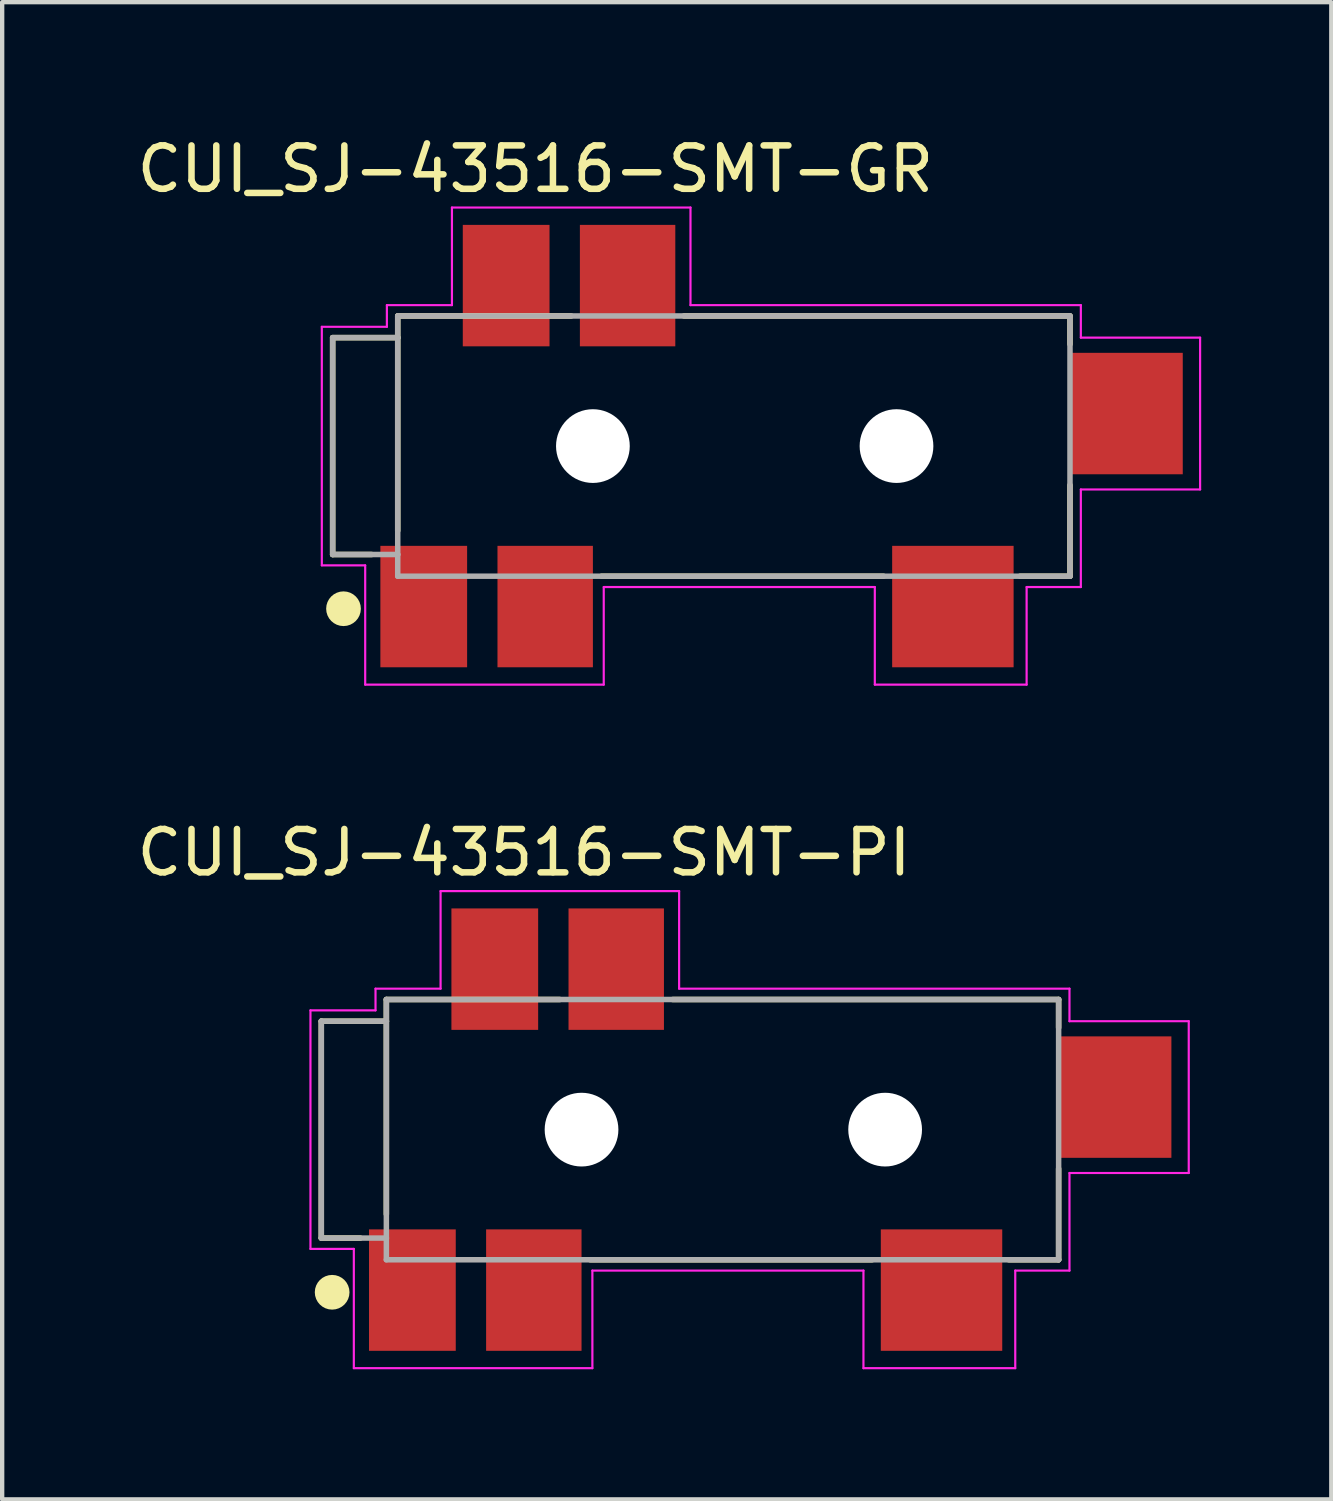
<source format=kicad_pcb>
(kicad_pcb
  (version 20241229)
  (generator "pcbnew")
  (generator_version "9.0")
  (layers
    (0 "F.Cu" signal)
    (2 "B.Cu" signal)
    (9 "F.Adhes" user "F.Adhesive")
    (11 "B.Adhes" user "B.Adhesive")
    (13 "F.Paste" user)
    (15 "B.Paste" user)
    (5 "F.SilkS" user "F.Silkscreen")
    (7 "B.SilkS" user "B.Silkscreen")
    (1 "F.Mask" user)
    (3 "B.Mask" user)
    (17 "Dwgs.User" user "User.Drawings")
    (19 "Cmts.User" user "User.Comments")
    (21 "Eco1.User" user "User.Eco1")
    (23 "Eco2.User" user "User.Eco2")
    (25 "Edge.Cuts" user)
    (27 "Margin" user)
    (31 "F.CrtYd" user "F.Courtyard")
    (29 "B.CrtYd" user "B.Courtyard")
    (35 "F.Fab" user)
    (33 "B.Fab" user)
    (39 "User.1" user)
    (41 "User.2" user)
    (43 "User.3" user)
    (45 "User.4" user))
  (footprint "CUI_SJ-43516-SMT-GR"
    (layer "F.Cu")
    (at 13.87 7.235)
    (property "Reference" "CUI_SJ-43516-SMT-GR" (at -4.576 -6.387 0) (layer "F.SilkS") (effects (font (size 1 1) (thickness 0.15))))
    (attr through_hole)
    (fp_line (start -9.25 -2.5) (end -9.25 2.5) (stroke (width 0.127) (type solid)) (layer "F.SilkS"))
    (fp_line (start -9.25 2.5) (end -8.35 2.5) (stroke (width 0.127) (type solid)) (layer "F.SilkS"))
    (fp_line (start -7.75 -3) (end -7.75 -2.5) (stroke (width 0.127) (type solid)) (layer "F.SilkS"))
    (fp_line (start -7.75 -2.5) (end -9.25 -2.5) (stroke (width 0.127) (type solid)) (layer "F.SilkS"))
    (fp_line (start -7.75 -2.5) (end -7.75 1.95) (stroke (width 0.127) (type solid)) (layer "F.SilkS"))
    (fp_line (start -3.75 -3) (end -7.75 -3) (stroke (width 0.127) (type solid)) (layer "F.SilkS"))
    (fp_line (start -3.05 3) (end 3.45 3) (stroke (width 0.127) (type solid)) (layer "F.SilkS"))
    (fp_line (start 6.6 3) (end 7.75 3) (stroke (width 0.127) (type solid)) (layer "F.SilkS"))
    (fp_line (start 7.75 -3) (end -1.15 -3) (stroke (width 0.127) (type solid)) (layer "F.SilkS"))
    (fp_line (start 7.75 -3) (end 7.75 -2.35) (stroke (width 0.127) (type solid)) (layer "F.SilkS"))
    (fp_line (start 7.75 0.9) (end 7.75 3) (stroke (width 0.127) (type solid)) (layer "F.SilkS"))
    (fp_circle (center -9 3.75) (end -8.8 3.75) (stroke (width 0.4) (type solid)) (fill no) (layer "F.SilkS"))
    (fp_line (start -9.5 -2.75) (end -8 -2.75) (stroke (width 0.05) (type solid)) (layer "F.CrtYd"))
    (fp_line (start -9.5 2.75) (end -9.5 -2.75) (stroke (width 0.05) (type solid)) (layer "F.CrtYd"))
    (fp_line (start -8.5 2.75) (end -9.5 2.75) (stroke (width 0.05) (type solid)) (layer "F.CrtYd"))
    (fp_line (start -8.5 5.5) (end -8.5 2.75) (stroke (width 0.05) (type solid)) (layer "F.CrtYd"))
    (fp_line (start -8 -3.25) (end -6.5 -3.25) (stroke (width 0.05) (type solid)) (layer "F.CrtYd"))
    (fp_line (start -8 -2.75) (end -8 -3.25) (stroke (width 0.05) (type solid)) (layer "F.CrtYd"))
    (fp_line (start -6.5 -5.5) (end -1 -5.5) (stroke (width 0.05) (type solid)) (layer "F.CrtYd"))
    (fp_line (start -6.5 -3.25) (end -6.5 -5.5) (stroke (width 0.05) (type solid)) (layer "F.CrtYd"))
    (fp_line (start -3 3.25) (end -3 5.5) (stroke (width 0.05) (type solid)) (layer "F.CrtYd"))
    (fp_line (start -3 5.5) (end -8.5 5.5) (stroke (width 0.05) (type solid)) (layer "F.CrtYd"))
    (fp_line (start -1 -5.5) (end -1 -3.25) (stroke (width 0.05) (type solid)) (layer "F.CrtYd"))
    (fp_line (start -1 -3.25) (end 8 -3.25) (stroke (width 0.05) (type solid)) (layer "F.CrtYd"))
    (fp_line (start 3.25 3.25) (end -3 3.25) (stroke (width 0.05) (type solid)) (layer "F.CrtYd"))
    (fp_line (start 3.25 5.5) (end 3.25 3.25) (stroke (width 0.05) (type solid)) (layer "F.CrtYd"))
    (fp_line (start 6.75 3.25) (end 6.75 5.5) (stroke (width 0.05) (type solid)) (layer "F.CrtYd"))
    (fp_line (start 6.75 5.5) (end 3.25 5.5) (stroke (width 0.05) (type solid)) (layer "F.CrtYd"))
    (fp_line (start 8 -3.25) (end 8 -2.5) (stroke (width 0.05) (type solid)) (layer "F.CrtYd"))
    (fp_line (start 8 -2.5) (end 10.75 -2.5) (stroke (width 0.05) (type solid)) (layer "F.CrtYd"))
    (fp_line (start 8 1) (end 8 3.25) (stroke (width 0.05) (type solid)) (layer "F.CrtYd"))
    (fp_line (start 8 3.25) (end 6.75 3.25) (stroke (width 0.05) (type solid)) (layer "F.CrtYd"))
    (fp_line (start 10.75 -2.5) (end 10.75 1) (stroke (width 0.05) (type solid)) (layer "F.CrtYd"))
    (fp_line (start 10.75 1) (end 8 1) (stroke (width 0.05) (type solid)) (layer "F.CrtYd"))
    (fp_line (start -9.25 -2.5) (end -9.25 2.5) (stroke (width 0.127) (type solid)) (layer "F.Fab"))
    (fp_line (start -9.25 2.5) (end -7.75 2.5) (stroke (width 0.127) (type solid)) (layer "F.Fab"))
    (fp_line (start -7.75 -3) (end -7.75 -2.5) (stroke (width 0.127) (type solid)) (layer "F.Fab"))
    (fp_line (start -7.75 -2.5) (end -9.25 -2.5) (stroke (width 0.127) (type solid)) (layer "F.Fab"))
    (fp_line (start -7.75 -2.5) (end -7.75 2.5) (stroke (width 0.127) (type solid)) (layer "F.Fab"))
    (fp_line (start -7.75 2.5) (end -7.75 3) (stroke (width 0.127) (type solid)) (layer "F.Fab"))
    (fp_line (start -7.75 3) (end 7.75 3) (stroke (width 0.127) (type solid)) (layer "F.Fab"))
    (fp_line (start 7.75 -3) (end -7.75 -3) (stroke (width 0.127) (type solid)) (layer "F.Fab"))
    (fp_line (start 7.75 3) (end 7.75 -3) (stroke (width 0.127) (type solid)) (layer "F.Fab"))
    (pad "" np_thru_hole circle (at -3.25 0) (size 1.7 1.7) (drill 1.7) (layers "*.Cu" "*.Mask"))
    (pad "" np_thru_hole circle (at 3.75 0) (size 1.7 1.7) (drill 1.7) (layers "*.Cu" "*.Mask"))
    (pad "1" smd rect (at -7.15 3.7) (size 2 2.8) (layers "F.Cu" "F.Mask" "F.Paste"))
    (pad "2" smd rect (at 5.05 3.7) (size 2.8 2.8) (layers "F.Cu" "F.Mask" "F.Paste"))
    (pad "3" smd rect (at -2.45 -3.7) (size 2.2 2.8) (layers "F.Cu" "F.Mask" "F.Paste"))
    (pad "4" smd rect (at -4.35 3.7) (size 2.2 2.8) (layers "F.Cu" "F.Mask" "F.Paste"))
    (pad "5" smd rect (at 9.05 -0.75) (size 2.6 2.8) (layers "F.Cu" "F.Mask" "F.Paste"))
    (pad "6" smd rect (at -5.25 -3.7) (size 2 2.8) (layers "F.Cu" "F.Mask" "F.Paste")))
  (footprint "CUI_SJ-43516-SMT-PI"
    (layer "F.Cu")
    (at 13.608 22.995)
    (property "Reference" "CUI_SJ-43516-SMT-PI" (at -4.576 -6.387 0) (layer "F.SilkS") (effects (font (size 1 1) (thickness 0.15))))
    (attr through_hole)
    (fp_line (start -9.25 -2.5) (end -9.25 2.5) (stroke (width 0.127) (type solid)) (layer "F.SilkS"))
    (fp_line (start -9.25 2.5) (end -8.35 2.5) (stroke (width 0.127) (type solid)) (layer "F.SilkS"))
    (fp_line (start -7.75 -3) (end -7.75 -2.5) (stroke (width 0.127) (type solid)) (layer "F.SilkS"))
    (fp_line (start -7.75 -2.5) (end -9.25 -2.5) (stroke (width 0.127) (type solid)) (layer "F.SilkS"))
    (fp_line (start -7.75 -2.5) (end -7.75 1.95) (stroke (width 0.127) (type solid)) (layer "F.SilkS"))
    (fp_line (start -3.75 -3) (end -7.75 -3) (stroke (width 0.127) (type solid)) (layer "F.SilkS"))
    (fp_line (start -3.05 3) (end 3.45 3) (stroke (width 0.127) (type solid)) (layer "F.SilkS"))
    (fp_line (start 6.6 3) (end 7.75 3) (stroke (width 0.127) (type solid)) (layer "F.SilkS"))
    (fp_line (start 7.75 -3) (end -1.15 -3) (stroke (width 0.127) (type solid)) (layer "F.SilkS"))
    (fp_line (start 7.75 -3) (end 7.75 -2.35) (stroke (width 0.127) (type solid)) (layer "F.SilkS"))
    (fp_line (start 7.75 0.9) (end 7.75 3) (stroke (width 0.127) (type solid)) (layer "F.SilkS"))
    (fp_circle (center -9 3.75) (end -8.8 3.75) (stroke (width 0.4) (type solid)) (fill no) (layer "F.SilkS"))
    (fp_line (start -9.5 -2.75) (end -8 -2.75) (stroke (width 0.05) (type solid)) (layer "F.CrtYd"))
    (fp_line (start -9.5 2.75) (end -9.5 -2.75) (stroke (width 0.05) (type solid)) (layer "F.CrtYd"))
    (fp_line (start -8.5 2.75) (end -9.5 2.75) (stroke (width 0.05) (type solid)) (layer "F.CrtYd"))
    (fp_line (start -8.5 5.5) (end -8.5 2.75) (stroke (width 0.05) (type solid)) (layer "F.CrtYd"))
    (fp_line (start -8 -3.25) (end -6.5 -3.25) (stroke (width 0.05) (type solid)) (layer "F.CrtYd"))
    (fp_line (start -8 -2.75) (end -8 -3.25) (stroke (width 0.05) (type solid)) (layer "F.CrtYd"))
    (fp_line (start -6.5 -5.5) (end -1 -5.5) (stroke (width 0.05) (type solid)) (layer "F.CrtYd"))
    (fp_line (start -6.5 -3.25) (end -6.5 -5.5) (stroke (width 0.05) (type solid)) (layer "F.CrtYd"))
    (fp_line (start -3 3.25) (end -3 5.5) (stroke (width 0.05) (type solid)) (layer "F.CrtYd"))
    (fp_line (start -3 5.5) (end -8.5 5.5) (stroke (width 0.05) (type solid)) (layer "F.CrtYd"))
    (fp_line (start -1 -5.5) (end -1 -3.25) (stroke (width 0.05) (type solid)) (layer "F.CrtYd"))
    (fp_line (start -1 -3.25) (end 8 -3.25) (stroke (width 0.05) (type solid)) (layer "F.CrtYd"))
    (fp_line (start 3.25 3.25) (end -3 3.25) (stroke (width 0.05) (type solid)) (layer "F.CrtYd"))
    (fp_line (start 3.25 5.5) (end 3.25 3.25) (stroke (width 0.05) (type solid)) (layer "F.CrtYd"))
    (fp_line (start 6.75 3.25) (end 6.75 5.5) (stroke (width 0.05) (type solid)) (layer "F.CrtYd"))
    (fp_line (start 6.75 5.5) (end 3.25 5.5) (stroke (width 0.05) (type solid)) (layer "F.CrtYd"))
    (fp_line (start 8 -3.25) (end 8 -2.5) (stroke (width 0.05) (type solid)) (layer "F.CrtYd"))
    (fp_line (start 8 -2.5) (end 10.75 -2.5) (stroke (width 0.05) (type solid)) (layer "F.CrtYd"))
    (fp_line (start 8 1) (end 8 3.25) (stroke (width 0.05) (type solid)) (layer "F.CrtYd"))
    (fp_line (start 8 3.25) (end 6.75 3.25) (stroke (width 0.05) (type solid)) (layer "F.CrtYd"))
    (fp_line (start 10.75 -2.5) (end 10.75 1) (stroke (width 0.05) (type solid)) (layer "F.CrtYd"))
    (fp_line (start 10.75 1) (end 8 1) (stroke (width 0.05) (type solid)) (layer "F.CrtYd"))
    (fp_line (start -9.25 -2.5) (end -9.25 2.5) (stroke (width 0.127) (type solid)) (layer "F.Fab"))
    (fp_line (start -9.25 2.5) (end -7.75 2.5) (stroke (width 0.127) (type solid)) (layer "F.Fab"))
    (fp_line (start -7.75 -3) (end -7.75 -2.5) (stroke (width 0.127) (type solid)) (layer "F.Fab"))
    (fp_line (start -7.75 -2.5) (end -9.25 -2.5) (stroke (width 0.127) (type solid)) (layer "F.Fab"))
    (fp_line (start -7.75 -2.5) (end -7.75 2.5) (stroke (width 0.127) (type solid)) (layer "F.Fab"))
    (fp_line (start -7.75 2.5) (end -7.75 3) (stroke (width 0.127) (type solid)) (layer "F.Fab"))
    (fp_line (start -7.75 3) (end 7.75 3) (stroke (width 0.127) (type solid)) (layer "F.Fab"))
    (fp_line (start 7.75 -3) (end -7.75 -3) (stroke (width 0.127) (type solid)) (layer "F.Fab"))
    (fp_line (start 7.75 3) (end 7.75 -3) (stroke (width 0.127) (type solid)) (layer "F.Fab"))
    (pad "" np_thru_hole circle (at -3.25 0) (size 1.7 1.7) (drill 1.7) (layers "*.Cu" "*.Mask"))
    (pad "" np_thru_hole circle (at 3.75 0) (size 1.7 1.7) (drill 1.7) (layers "*.Cu" "*.Mask"))
    (pad "1" smd rect (at -7.15 3.7) (size 2 2.8) (layers "F.Cu" "F.Mask" "F.Paste"))
    (pad "2" smd rect (at 5.05 3.7) (size 2.8 2.8) (layers "F.Cu" "F.Mask" "F.Paste"))
    (pad "3" smd rect (at -2.45 -3.7) (size 2.2 2.8) (layers "F.Cu" "F.Mask" "F.Paste"))
    (pad "4" smd rect (at -4.35 3.7) (size 2.2 2.8) (layers "F.Cu" "F.Mask" "F.Paste"))
    (pad "5" smd rect (at 9.05 -0.75) (size 2.6 2.8) (layers "F.Cu" "F.Mask" "F.Paste"))
    (pad "6" smd rect (at -5.25 -3.7) (size 2 2.8) (layers "F.Cu" "F.Mask" "F.Paste")))
  (gr_rect
    (start -3 -3)
    (end 27.645 31.52)
    (stroke (width 0.1) (type default))
    (fill no)
    (layer "Edge.Cuts")))
</source>
